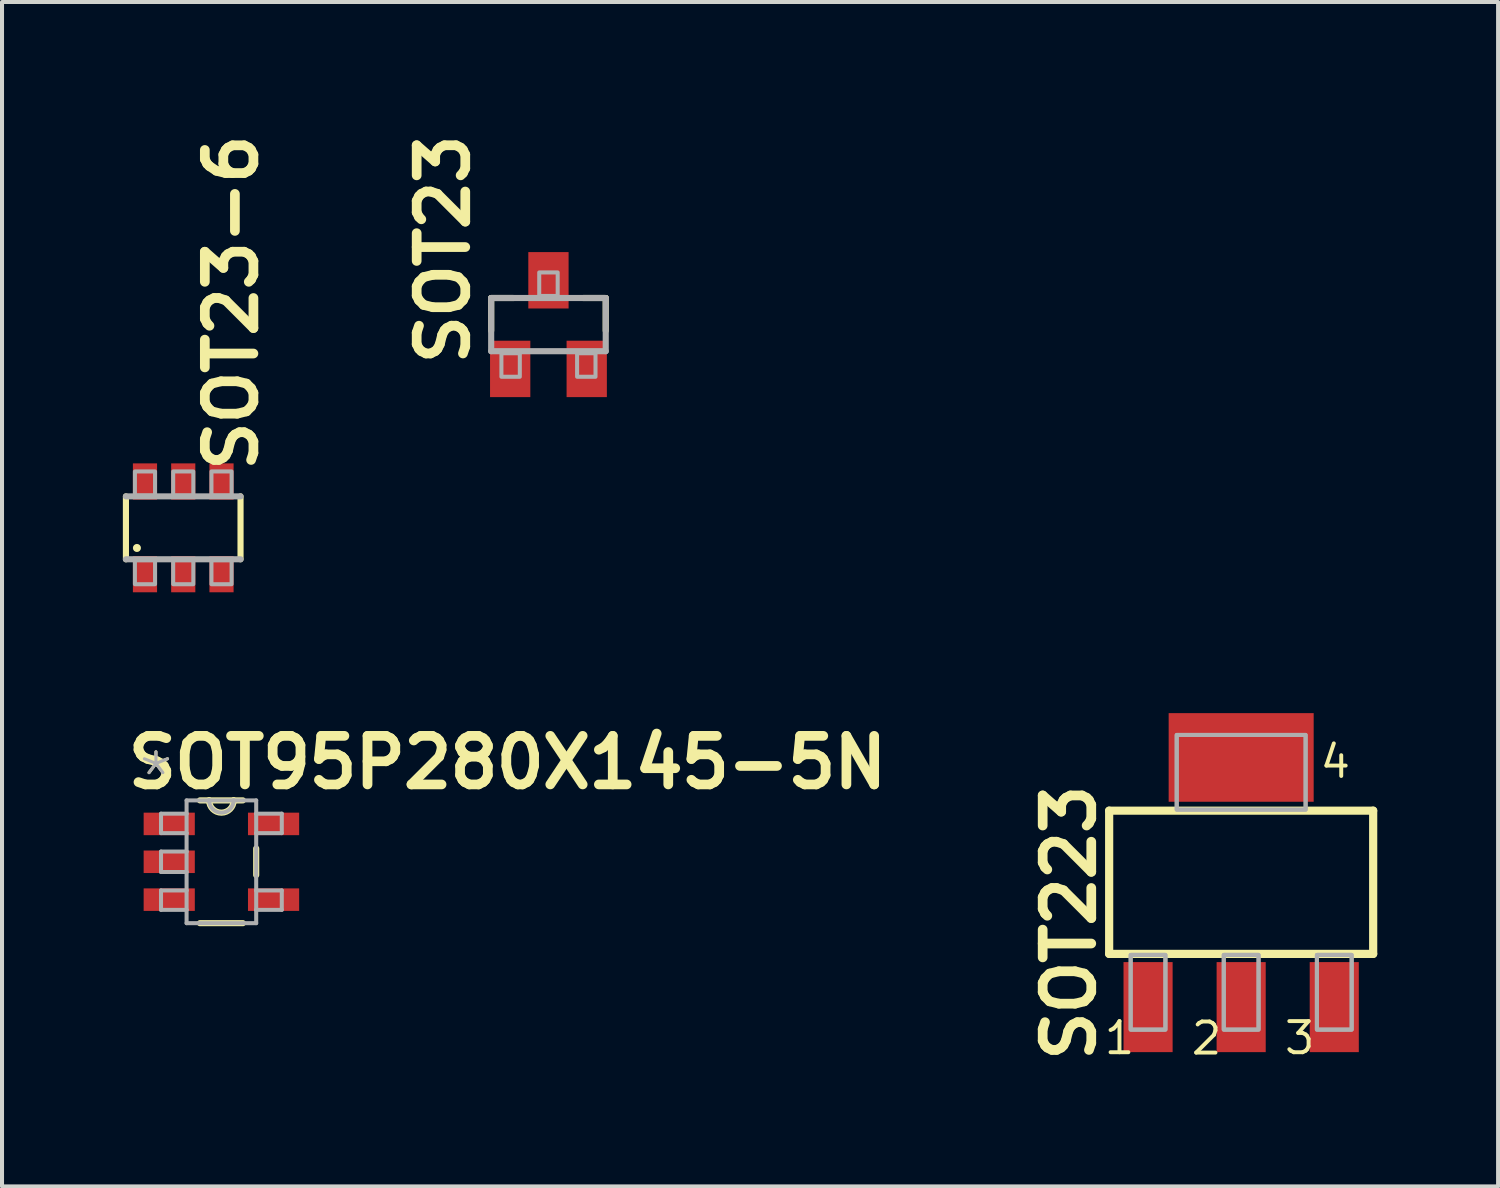
<source format=kicad_pcb>
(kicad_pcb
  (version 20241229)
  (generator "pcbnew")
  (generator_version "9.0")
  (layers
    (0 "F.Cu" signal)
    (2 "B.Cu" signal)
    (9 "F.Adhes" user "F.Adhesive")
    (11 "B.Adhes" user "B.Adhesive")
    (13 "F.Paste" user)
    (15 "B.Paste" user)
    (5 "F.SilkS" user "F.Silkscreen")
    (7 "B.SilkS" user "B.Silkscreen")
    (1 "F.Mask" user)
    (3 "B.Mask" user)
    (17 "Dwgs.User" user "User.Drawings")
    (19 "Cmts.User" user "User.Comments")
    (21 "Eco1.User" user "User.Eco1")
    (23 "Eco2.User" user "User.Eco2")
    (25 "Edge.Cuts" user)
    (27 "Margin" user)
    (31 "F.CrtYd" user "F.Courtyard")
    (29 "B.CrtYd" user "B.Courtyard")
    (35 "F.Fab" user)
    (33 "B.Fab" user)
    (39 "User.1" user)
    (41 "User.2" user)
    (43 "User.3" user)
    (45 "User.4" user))
  (footprint "SOT223"
    (layer "F.Cu")
    (at 27.761 18.852)
    (property "Reference" "SOT223" (at -3.561 4.55 270) (layer "F.SilkS") (effects (font (size 1.206 1.206) (thickness 0.241)) (justify left bottom)))
    (attr through_hole)
    (fp_line (start -3.277 -1.778) (end 3.277 -1.778) (stroke (width 0.203) (type solid)) (layer "F.SilkS"))
    (fp_line (start -3.277 1.778) (end -3.277 -1.778) (stroke (width 0.203) (type solid)) (layer "F.SilkS"))
    (fp_line (start 3.277 -1.778) (end 3.277 1.778) (stroke (width 0.203) (type solid)) (layer "F.SilkS"))
    (fp_line (start 3.277 1.778) (end -3.277 1.778) (stroke (width 0.203) (type solid)) (layer "F.SilkS"))
    (fp_poly (pts (xy -2.743 3.658) (xy -1.88 3.658) (xy -1.88 1.803) (xy -2.743 1.803)) (stroke (width 0.1) (type solid)) (fill no) (layer "F.Fab"))
    (fp_poly (pts (xy -2.743 3.658) (xy -1.88 3.658) (xy -1.88 1.803) (xy -2.743 1.803)) (stroke (width 0.1) (type solid)) (fill no) (layer "F.Fab"))
    (fp_poly (pts (xy -1.6 -1.803) (xy 1.6 -1.803) (xy 1.6 -3.658) (xy -1.6 -3.658)) (stroke (width 0.1) (type solid)) (fill no) (layer "F.Fab"))
    (fp_poly (pts (xy -1.6 -1.803) (xy 1.6 -1.803) (xy 1.6 -3.658) (xy -1.6 -3.658)) (stroke (width 0.1) (type solid)) (fill no) (layer "F.Fab"))
    (fp_poly (pts (xy -0.432 3.658) (xy 0.432 3.658) (xy 0.432 1.803) (xy -0.432 1.803)) (stroke (width 0.1) (type solid)) (fill no) (layer "F.Fab"))
    (fp_poly (pts (xy -0.432 3.658) (xy 0.432 3.658) (xy 0.432 1.803) (xy -0.432 1.803)) (stroke (width 0.1) (type solid)) (fill no) (layer "F.Fab"))
    (fp_poly (pts (xy 1.88 3.658) (xy 2.743 3.658) (xy 2.743 1.803) (xy 1.88 1.803)) (stroke (width 0.1) (type solid)) (fill no) (layer "F.Fab"))
    (fp_poly (pts (xy 1.88 3.658) (xy 2.743 3.658) (xy 2.743 1.803) (xy 1.88 1.803)) (stroke (width 0.1) (type solid)) (fill no) (layer "F.Fab"))
    (fp_text user "2" (at -1.291 4.327 0) (layer "F.SilkS") (effects (font (size 0.772 0.772) (thickness 0.098)) (justify left bottom)))
    (fp_text user "1" (at -3.453 4.318 0) (layer "F.SilkS") (effects (font (size 0.772 0.772) (thickness 0.098)) (justify left bottom)))
    (fp_text user "4" (at 1.905 -2.54 0) (layer "F.SilkS") (effects (font (size 0.772 0.772) (thickness 0.098)) (justify left bottom)))
    (fp_text user "3" (at 1.021 4.318 0) (layer "F.SilkS") (effects (font (size 0.772 0.772) (thickness 0.098)) (justify left bottom)))
    (pad "1" smd rect (at -2.311 3.099) (size 1.219 2.235) (layers "F.Cu" "F.Mask" "F.Paste"))
    (pad "2" smd rect (at 0 3.099) (size 1.219 2.235) (layers "F.Cu" "F.Mask" "F.Paste"))
    (pad "3" smd rect (at 2.311 3.099) (size 1.219 2.235) (layers "F.Cu" "F.Mask" "F.Paste"))
    (pad "4" smd rect (at 0 -3.099) (size 3.6 2.2) (layers "F.Cu" "F.Mask" "F.Paste")))
  (footprint "SOT23-6"
    (layer "F.Cu")
    (at 1.499 10.053)
    (property "Reference" "SOT23-6" (at 1.902 -1.297 90) (layer "F.SilkS") (effects (font (size 1.206 1.206) (thickness 0.241)) (justify left bottom)))
    (attr through_hole)
    (fp_line (start -1.423 0.781) (end -1.423 -0.781) (stroke (width 0.152) (type solid)) (layer "F.SilkS"))
    (fp_line (start 1.422 -0.781) (end 1.422 0.781) (stroke (width 0.152) (type solid)) (layer "F.SilkS"))
    (fp_circle (center -1.15 0.5) (end -1.1 0.5) (stroke (width 0.1) (type solid)) (fill no) (layer "F.SilkS"))
    (fp_line (start -1.423 -0.781) (end 1.422 -0.781) (stroke (width 0.152) (type solid)) (layer "F.Fab"))
    (fp_line (start 1.422 0.781) (end -1.423 0.781) (stroke (width 0.152) (type solid)) (layer "F.Fab"))
    (fp_poly (pts (xy -1.2 -0.8) (xy -0.7 -0.8) (xy -0.7 -1.4) (xy -1.2 -1.4)) (stroke (width 0.1) (type solid)) (fill no) (layer "F.Fab"))
    (fp_poly (pts (xy -1.2 1.4) (xy -0.7 1.4) (xy -0.7 0.8) (xy -1.2 0.8)) (stroke (width 0.1) (type solid)) (fill no) (layer "F.Fab"))
    (fp_poly (pts (xy -0.25 -0.8) (xy 0.25 -0.8) (xy 0.25 -1.4) (xy -0.25 -1.4)) (stroke (width 0.1) (type solid)) (fill no) (layer "F.Fab"))
    (fp_poly (pts (xy -0.25 1.4) (xy 0.25 1.4) (xy 0.25 0.8) (xy -0.25 0.8)) (stroke (width 0.1) (type solid)) (fill no) (layer "F.Fab"))
    (fp_poly (pts (xy 0.7 -0.8) (xy 1.2 -0.8) (xy 1.2 -1.4) (xy 0.7 -1.4)) (stroke (width 0.1) (type solid)) (fill no) (layer "F.Fab"))
    (fp_poly (pts (xy 0.7 1.4) (xy 1.2 1.4) (xy 1.2 0.8) (xy 0.7 0.8)) (stroke (width 0.1) (type solid)) (fill no) (layer "F.Fab"))
    (pad "1" smd rect (at -0.95 1.15) (size 0.6 0.9) (layers "F.Cu" "F.Mask" "F.Paste"))
    (pad "2" smd rect (at 0 1.15) (size 0.6 0.9) (layers "F.Cu" "F.Mask" "F.Paste"))
    (pad "3" smd rect (at 0.95 1.15) (size 0.6 0.9) (layers "F.Cu" "F.Mask" "F.Paste"))
    (pad "4" smd rect (at 0.95 -1.15) (size 0.6 0.9) (layers "F.Cu" "F.Mask" "F.Paste"))
    (pad "5" smd rect (at 0 -1.15) (size 0.6 0.9) (layers "F.Cu" "F.Mask" "F.Paste"))
    (pad "6" smd rect (at -0.95 -1.15) (size 0.6 0.9) (layers "F.Cu" "F.Mask" "F.Paste")))
  (footprint "SOT23"
    (layer "F.Cu")
    (at 10.565 5.008)
    (property "Reference" "SOT23" (at -1.905 1.105 90) (layer "F.SilkS") (effects (font (size 1.206 1.206) (thickness 0.241)) (justify left bottom)))
    (attr through_hole)
    (fp_line (start -1.422 -0.66) (end -0.864 -0.66) (stroke (width 0.152) (type solid)) (layer "F.SilkS"))
    (fp_line (start -1.422 0.152) (end -1.422 -0.66) (stroke (width 0.152) (type solid)) (layer "F.SilkS"))
    (fp_line (start 0.864 -0.66) (end 1.422 -0.66) (stroke (width 0.152) (type solid)) (layer "F.SilkS"))
    (fp_line (start 1.422 -0.66) (end 1.422 0.152) (stroke (width 0.152) (type solid)) (layer "F.SilkS"))
    (fp_line (start -1.422 -0.66) (end 1.422 -0.66) (stroke (width 0.152) (type solid)) (layer "F.Fab"))
    (fp_line (start -1.422 0.66) (end -1.422 -0.66) (stroke (width 0.152) (type solid)) (layer "F.Fab"))
    (fp_line (start 1.422 -0.66) (end 1.422 0.66) (stroke (width 0.152) (type solid)) (layer "F.Fab"))
    (fp_line (start 1.422 0.66) (end -1.422 0.66) (stroke (width 0.152) (type solid)) (layer "F.Fab"))
    (fp_poly (pts (xy -1.168 1.295) (xy -0.711 1.295) (xy -0.711 0.711) (xy -1.168 0.711)) (stroke (width 0.1) (type solid)) (fill no) (layer "F.Fab"))
    (fp_poly (pts (xy -0.229 -0.711) (xy 0.229 -0.711) (xy 0.229 -1.295) (xy -0.229 -1.295)) (stroke (width 0.1) (type solid)) (fill no) (layer "F.Fab"))
    (fp_poly (pts (xy 0.711 1.295) (xy 1.168 1.295) (xy 1.168 0.711) (xy 0.711 0.711)) (stroke (width 0.1) (type solid)) (fill no) (layer "F.Fab"))
    (pad "1" smd rect (at -0.95 1.1) (size 1 1.4) (layers "F.Cu" "F.Mask" "F.Paste"))
    (pad "2" smd rect (at 0.95 1.1) (size 1 1.4) (layers "F.Cu" "F.Mask" "F.Paste"))
    (pad "3" smd rect (at 0 -1.1) (size 1 1.4) (layers "F.Cu" "F.Mask" "F.Paste")))
  (footprint "SOT95P280X145-5N"
    (layer "F.Cu")
    (at 2.446 18.343)
    (property "Reference" "SOT95P280X145-5N" (at -2.446 -1.76 180) (layer "F.SilkS") (effects (font (size 1.206 1.206) (thickness 0.241)) (justify left bottom)))
    (attr through_hole)
    (fp_line (start -0.533 1.524) (end 0.533 1.524) (stroke (width 0.152) (type solid)) (layer "F.SilkS"))
    (fp_line (start -0.305 -1.524) (end -0.533 -1.524) (stroke (width 0.152) (type solid)) (layer "F.SilkS"))
    (fp_line (start 0.305 -1.524) (end -0.305 -1.524) (stroke (width 0.152) (type solid)) (layer "F.SilkS"))
    (fp_line (start 0.533 -1.524) (end 0.305 -1.524) (stroke (width 0.152) (type solid)) (layer "F.SilkS"))
    (fp_line (start 0.864 0.33) (end 0.864 -0.33) (stroke (width 0.152) (type solid)) (layer "F.SilkS"))
    (fp_arc (start 0.3048 -1.524) (mid 0 -1.2192) (end -0.3048 -1.524) (stroke (width 0.1524) (type solid)) (layer "F.SilkS"))
    (fp_line (start -1.499 -1.194) (end -1.499 -0.711) (stroke (width 0.1) (type solid)) (layer "F.Fab"))
    (fp_line (start -1.499 -0.711) (end -0.864 -0.711) (stroke (width 0.1) (type solid)) (layer "F.Fab"))
    (fp_line (start -1.499 -0.254) (end -1.499 0.254) (stroke (width 0.1) (type solid)) (layer "F.Fab"))
    (fp_line (start -1.499 0.254) (end -0.864 0.254) (stroke (width 0.1) (type solid)) (layer "F.Fab"))
    (fp_line (start -1.499 0.711) (end -1.499 1.194) (stroke (width 0.1) (type solid)) (layer "F.Fab"))
    (fp_line (start -1.499 1.194) (end -0.864 1.194) (stroke (width 0.1) (type solid)) (layer "F.Fab"))
    (fp_line (start -0.864 -1.524) (end -0.864 -1.194) (stroke (width 0.1) (type solid)) (layer "F.Fab"))
    (fp_line (start -0.864 -1.194) (end -1.499 -1.194) (stroke (width 0.1) (type solid)) (layer "F.Fab"))
    (fp_line (start -0.864 -1.194) (end -0.864 -0.711) (stroke (width 0.1) (type solid)) (layer "F.Fab"))
    (fp_line (start -0.864 -0.711) (end -0.864 -0.254) (stroke (width 0.1) (type solid)) (layer "F.Fab"))
    (fp_line (start -0.864 -0.254) (end -1.499 -0.254) (stroke (width 0.1) (type solid)) (layer "F.Fab"))
    (fp_line (start -0.864 -0.254) (end -0.864 0.254) (stroke (width 0.1) (type solid)) (layer "F.Fab"))
    (fp_line (start -0.864 0.254) (end -0.864 0.711) (stroke (width 0.1) (type solid)) (layer "F.Fab"))
    (fp_line (start -0.864 0.711) (end -1.499 0.711) (stroke (width 0.1) (type solid)) (layer "F.Fab"))
    (fp_line (start -0.864 1.194) (end -0.864 0.711) (stroke (width 0.1) (type solid)) (layer "F.Fab"))
    (fp_line (start -0.864 1.524) (end -0.864 1.194) (stroke (width 0.1) (type solid)) (layer "F.Fab"))
    (fp_line (start -0.864 1.524) (end 0.864 1.524) (stroke (width 0.1) (type solid)) (layer "F.Fab"))
    (fp_line (start -0.305 -1.524) (end -0.864 -1.524) (stroke (width 0.1) (type solid)) (layer "F.Fab"))
    (fp_line (start 0.305 -1.524) (end -0.305 -1.524) (stroke (width 0.1) (type solid)) (layer "F.Fab"))
    (fp_line (start 0.864 -1.524) (end 0.305 -1.524) (stroke (width 0.1) (type solid)) (layer "F.Fab"))
    (fp_line (start 0.864 -1.524) (end 0.864 -1.194) (stroke (width 0.1) (type solid)) (layer "F.Fab"))
    (fp_line (start 0.864 -1.194) (end 0.864 -0.711) (stroke (width 0.1) (type solid)) (layer "F.Fab"))
    (fp_line (start 0.864 -0.711) (end 1.499 -0.711) (stroke (width 0.1) (type solid)) (layer "F.Fab"))
    (fp_line (start 0.864 0.711) (end 0.864 -0.711) (stroke (width 0.1) (type solid)) (layer "F.Fab"))
    (fp_line (start 0.864 1.194) (end 0.864 0.711) (stroke (width 0.1) (type solid)) (layer "F.Fab"))
    (fp_line (start 0.864 1.194) (end 1.499 1.194) (stroke (width 0.1) (type solid)) (layer "F.Fab"))
    (fp_line (start 0.864 1.524) (end 0.864 1.194) (stroke (width 0.1) (type solid)) (layer "F.Fab"))
    (fp_line (start 1.499 -1.194) (end 0.864 -1.194) (stroke (width 0.1) (type solid)) (layer "F.Fab"))
    (fp_line (start 1.499 -0.711) (end 1.499 -1.194) (stroke (width 0.1) (type solid)) (layer "F.Fab"))
    (fp_line (start 1.499 0.711) (end 0.864 0.711) (stroke (width 0.1) (type solid)) (layer "F.Fab"))
    (fp_line (start 1.499 1.194) (end 1.499 0.711) (stroke (width 0.1) (type solid)) (layer "F.Fab"))
    (fp_arc (start 0.3048 -1.524) (mid 0 -1.2192) (end -0.3048 -1.524) (stroke (width 0.1) (type solid)) (layer "F.Fab"))
    (fp_text user "*" (at -2.134 -1.372 0) (layer "F.SilkS") (effects (font (size 1.206 1.206) (thickness 0.076)) (justify left bottom)))
    (fp_text user "*" (at -2.134 -1.372 0) (layer "F.Fab") (effects (font (size 1.206 1.206) (thickness 0.076)) (justify left bottom)))
    (pad "1" smd rect (at -1.295 -0.94) (size 1.27 0.559) (layers "F.Cu" "F.Mask" "F.Paste"))
    (pad "2" smd rect (at -1.295 0) (size 1.27 0.559) (layers "F.Cu" "F.Mask" "F.Paste"))
    (pad "3" smd rect (at -1.295 0.94) (size 1.27 0.559) (layers "F.Cu" "F.Mask" "F.Paste"))
    (pad "4" smd rect (at 1.295 0.94) (size 1.27 0.559) (layers "F.Cu" "F.Mask" "F.Paste"))
    (pad "5" smd rect (at 1.295 -0.94) (size 1.27 0.559) (layers "F.Cu" "F.Mask" "F.Paste")))
  (gr_rect
    (start -3 -3)
    (end 34.139 26.402)
    (stroke (width 0.1) (type default))
    (fill no)
    (layer "Edge.Cuts")))
</source>
